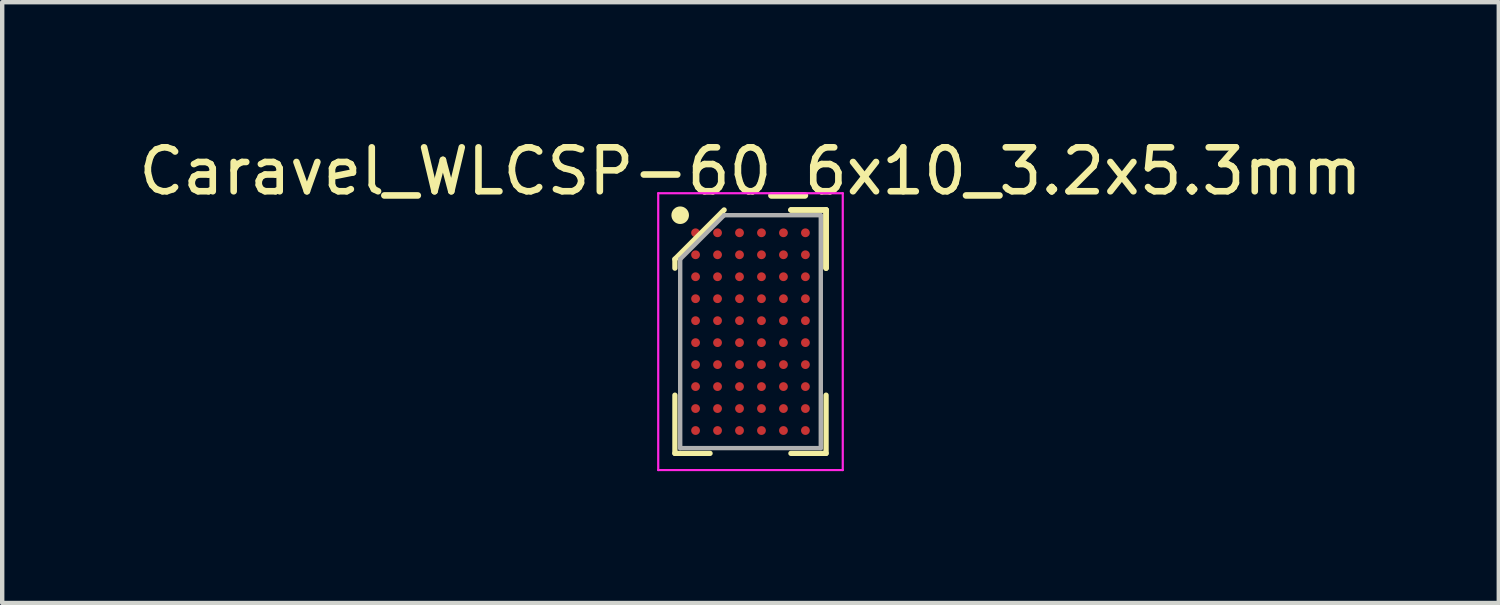
<source format=kicad_pcb>
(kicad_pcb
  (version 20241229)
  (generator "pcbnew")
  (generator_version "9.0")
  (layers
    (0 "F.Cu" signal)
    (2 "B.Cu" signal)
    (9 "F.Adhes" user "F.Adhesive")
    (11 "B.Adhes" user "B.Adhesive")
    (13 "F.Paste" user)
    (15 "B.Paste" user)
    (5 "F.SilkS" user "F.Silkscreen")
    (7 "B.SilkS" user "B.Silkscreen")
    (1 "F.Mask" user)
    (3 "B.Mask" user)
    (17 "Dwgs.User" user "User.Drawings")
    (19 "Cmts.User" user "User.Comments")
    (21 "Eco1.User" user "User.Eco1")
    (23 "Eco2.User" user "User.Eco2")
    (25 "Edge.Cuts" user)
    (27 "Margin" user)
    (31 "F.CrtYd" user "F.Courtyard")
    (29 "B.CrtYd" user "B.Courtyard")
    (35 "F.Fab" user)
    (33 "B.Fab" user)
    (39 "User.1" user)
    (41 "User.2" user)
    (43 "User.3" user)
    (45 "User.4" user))
  (footprint "Caravel_WLCSP-60_6x10_3.2x5.3mm"
    (layer "F.Cu")
    (at 14.03 4.498)
    (property "Reference" "Caravel_WLCSP-60_6x10_3.2x5.3mm" (at 0 -3.65 0) (layer "F.SilkS") (effects (font (size 1 1) (thickness 0.15))))
    (attr through_hole)
    (fp_line (start -1.72 -1.65) (end -1.72 -1.445) (stroke (width 0.12) (type default)) (layer "F.SilkS"))
    (fp_line (start -1.72 2.77) (end -1.72 1.445) (stroke (width 0.12) (type default)) (layer "F.SilkS"))
    (fp_line (start -0.92 2.77) (end -1.72 2.77) (stroke (width 0.12) (type default)) (layer "F.SilkS"))
    (fp_line (start -0.6 -2.77) (end -1.72 -1.65) (stroke (width 0.12) (type default)) (layer "F.SilkS"))
    (fp_line (start 0.92 -2.77) (end 1.72 -2.77) (stroke (width 0.12) (type default)) (layer "F.SilkS"))
    (fp_line (start 0.92 -2.77) (end 1.72 -2.77) (stroke (width 0.12) (type default)) (layer "F.SilkS"))
    (fp_line (start 0.92 -2.77) (end 1.72 -2.77) (stroke (width 0.12) (type default)) (layer "F.SilkS"))
    (fp_line (start 0.92 2.77) (end 1.72 2.77) (stroke (width 0.12) (type default)) (layer "F.SilkS"))
    (fp_line (start 1.72 -2.77) (end 1.72 -1.445) (stroke (width 0.12) (type default)) (layer "F.SilkS"))
    (fp_line (start 1.72 -2.77) (end 1.72 -1.445) (stroke (width 0.12) (type default)) (layer "F.SilkS"))
    (fp_line (start 1.72 -2.77) (end 1.72 -1.445) (stroke (width 0.12) (type default)) (layer "F.SilkS"))
    (fp_line (start 1.72 2.77) (end 1.72 1.445) (stroke (width 0.12) (type default)) (layer "F.SilkS"))
    (fp_circle (center -1.6 -2.65) (end -1.6 -2.55) (stroke (width 0.2) (type default)) (fill no) (layer "F.SilkS"))
    (fp_line (start -2.1 -3.15) (end 2.1 -3.15) (stroke (width 0.05) (type default)) (layer "F.CrtYd"))
    (fp_line (start -2.1 3.15) (end -2.1 -3.15) (stroke (width 0.05) (type default)) (layer "F.CrtYd"))
    (fp_line (start 2.1 -3.15) (end 2.1 3.15) (stroke (width 0.05) (type default)) (layer "F.CrtYd"))
    (fp_line (start 2.1 3.15) (end -2.1 3.15) (stroke (width 0.05) (type default)) (layer "F.CrtYd"))
    (fp_line (start -1.6 -1.65) (end -1.6 2.65) (stroke (width 0.1) (type default)) (layer "F.Fab"))
    (fp_line (start -1.6 2.65) (end 1.6 2.65) (stroke (width 0.1) (type default)) (layer "F.Fab"))
    (fp_line (start -0.6 -2.65) (end -1.6 -1.65) (stroke (width 0.1) (type default)) (layer "F.Fab"))
    (fp_line (start 1.6 -2.65) (end -0.6 -2.65) (stroke (width 0.1) (type default)) (layer "F.Fab"))
    (fp_line (start 1.6 2.65) (end 1.6 -2.65) (stroke (width 0.1) (type default)) (layer "F.Fab"))
    (pad "A1" smd circle (at -1.25 -2.25) (size 0.2 0.2) (layers "F.Cu" "F.Mask" "F.Paste"))
    (pad "A2" smd circle (at -1.25 -1.75) (size 0.2 0.2) (layers "F.Cu" "F.Mask" "F.Paste"))
    (pad "A3" smd circle (at -1.25 -1.25) (size 0.2 0.2) (layers "F.Cu" "F.Mask" "F.Paste"))
    (pad "A4" smd circle (at -1.25 -0.75) (size 0.2 0.2) (layers "F.Cu" "F.Mask" "F.Paste"))
    (pad "A5" smd circle (at -1.25 -0.25) (size 0.2 0.2) (layers "F.Cu" "F.Mask" "F.Paste"))
    (pad "A6" smd circle (at -1.25 0.25) (size 0.2 0.2) (layers "F.Cu" "F.Mask" "F.Paste"))
    (pad "A7" smd circle (at -1.25 0.75) (size 0.2 0.2) (layers "F.Cu" "F.Mask" "F.Paste"))
    (pad "A8" smd circle (at -1.25 1.25) (size 0.2 0.2) (layers "F.Cu" "F.Mask" "F.Paste"))
    (pad "A9" smd circle (at -1.25 1.75) (size 0.2 0.2) (layers "F.Cu" "F.Mask" "F.Paste"))
    (pad "A10" smd circle (at -1.25 2.25) (size 0.2 0.2) (layers "F.Cu" "F.Mask" "F.Paste"))
    (pad "B1" smd circle (at -0.75 -2.25) (size 0.2 0.2) (layers "F.Cu" "F.Mask" "F.Paste"))
    (pad "B2" smd circle (at -0.75 -1.75) (size 0.2 0.2) (layers "F.Cu" "F.Mask" "F.Paste"))
    (pad "B3" smd circle (at -0.75 -1.25) (size 0.2 0.2) (layers "F.Cu" "F.Mask" "F.Paste"))
    (pad "B4" smd circle (at -0.75 -0.75) (size 0.2 0.2) (layers "F.Cu" "F.Mask" "F.Paste"))
    (pad "B5" smd circle (at -0.75 -0.25) (size 0.2 0.2) (layers "F.Cu" "F.Mask" "F.Paste"))
    (pad "B6" smd circle (at -0.75 0.25) (size 0.2 0.2) (layers "F.Cu" "F.Mask" "F.Paste"))
    (pad "B7" smd circle (at -0.75 0.75) (size 0.2 0.2) (layers "F.Cu" "F.Mask" "F.Paste"))
    (pad "B8" smd circle (at -0.75 1.25) (size 0.2 0.2) (layers "F.Cu" "F.Mask" "F.Paste"))
    (pad "B9" smd circle (at -0.75 1.75) (size 0.2 0.2) (layers "F.Cu" "F.Mask" "F.Paste"))
    (pad "B10" smd circle (at -0.75 2.25) (size 0.2 0.2) (layers "F.Cu" "F.Mask" "F.Paste"))
    (pad "C1" smd circle (at -0.25 -2.25) (size 0.2 0.2) (layers "F.Cu" "F.Mask" "F.Paste"))
    (pad "C2" smd circle (at -0.25 -1.75) (size 0.2 0.2) (layers "F.Cu" "F.Mask" "F.Paste"))
    (pad "C3" smd circle (at -0.25 -1.25) (size 0.2 0.2) (layers "F.Cu" "F.Mask" "F.Paste"))
    (pad "C4" smd circle (at -0.25 -0.75) (size 0.2 0.2) (layers "F.Cu" "F.Mask" "F.Paste"))
    (pad "C5" smd circle (at -0.25 -0.25) (size 0.2 0.2) (layers "F.Cu" "F.Mask" "F.Paste"))
    (pad "C6" smd circle (at -0.25 0.25) (size 0.2 0.2) (layers "F.Cu" "F.Mask" "F.Paste"))
    (pad "C7" smd circle (at -0.25 0.75) (size 0.2 0.2) (layers "F.Cu" "F.Mask" "F.Paste"))
    (pad "C8" smd circle (at -0.25 1.25) (size 0.2 0.2) (layers "F.Cu" "F.Mask" "F.Paste"))
    (pad "C9" smd circle (at -0.25 1.75) (size 0.2 0.2) (layers "F.Cu" "F.Mask" "F.Paste"))
    (pad "C10" smd circle (at -0.25 2.25) (size 0.2 0.2) (layers "F.Cu" "F.Mask" "F.Paste"))
    (pad "D1" smd circle (at 0.25 -2.25) (size 0.2 0.2) (layers "F.Cu" "F.Mask" "F.Paste"))
    (pad "D2" smd circle (at 0.25 -1.75) (size 0.2 0.2) (layers "F.Cu" "F.Mask" "F.Paste"))
    (pad "D3" smd circle (at 0.25 -1.25) (size 0.2 0.2) (layers "F.Cu" "F.Mask" "F.Paste"))
    (pad "D4" smd circle (at 0.25 -0.75) (size 0.2 0.2) (layers "F.Cu" "F.Mask" "F.Paste"))
    (pad "D5" smd circle (at 0.25 -0.25) (size 0.2 0.2) (layers "F.Cu" "F.Mask" "F.Paste"))
    (pad "D6" smd circle (at 0.25 0.25) (size 0.2 0.2) (layers "F.Cu" "F.Mask" "F.Paste"))
    (pad "D7" smd circle (at 0.25 0.75) (size 0.2 0.2) (layers "F.Cu" "F.Mask" "F.Paste"))
    (pad "D8" smd circle (at 0.25 1.25) (size 0.2 0.2) (layers "F.Cu" "F.Mask" "F.Paste"))
    (pad "D9" smd circle (at 0.25 1.75) (size 0.2 0.2) (layers "F.Cu" "F.Mask" "F.Paste"))
    (pad "D10" smd circle (at 0.25 2.25) (size 0.2 0.2) (layers "F.Cu" "F.Mask" "F.Paste"))
    (pad "E1" smd circle (at 0.75 -2.25) (size 0.2 0.2) (layers "F.Cu" "F.Mask" "F.Paste"))
    (pad "E2" smd circle (at 0.75 -1.75) (size 0.2 0.2) (layers "F.Cu" "F.Mask" "F.Paste"))
    (pad "E3" smd circle (at 0.75 -1.25) (size 0.2 0.2) (layers "F.Cu" "F.Mask" "F.Paste"))
    (pad "E4" smd circle (at 0.75 -0.75) (size 0.2 0.2) (layers "F.Cu" "F.Mask" "F.Paste"))
    (pad "E5" smd circle (at 0.75 -0.25) (size 0.2 0.2) (layers "F.Cu" "F.Mask" "F.Paste"))
    (pad "E6" smd circle (at 0.75 0.25) (size 0.2 0.2) (layers "F.Cu" "F.Mask" "F.Paste"))
    (pad "E7" smd circle (at 0.75 0.75) (size 0.2 0.2) (layers "F.Cu" "F.Mask" "F.Paste"))
    (pad "E8" smd circle (at 0.75 1.25) (size 0.2 0.2) (layers "F.Cu" "F.Mask" "F.Paste"))
    (pad "E9" smd circle (at 0.75 1.75) (size 0.2 0.2) (layers "F.Cu" "F.Mask" "F.Paste"))
    (pad "E10" smd circle (at 0.75 2.25) (size 0.2 0.2) (layers "F.Cu" "F.Mask" "F.Paste"))
    (pad "F1" smd circle (at 1.25 -2.25) (size 0.2 0.2) (layers "F.Cu" "F.Mask" "F.Paste"))
    (pad "F2" smd circle (at 1.25 -1.75) (size 0.2 0.2) (layers "F.Cu" "F.Mask" "F.Paste"))
    (pad "F3" smd circle (at 1.25 -1.25) (size 0.2 0.2) (layers "F.Cu" "F.Mask" "F.Paste"))
    (pad "F4" smd circle (at 1.25 -0.75) (size 0.2 0.2) (layers "F.Cu" "F.Mask" "F.Paste"))
    (pad "F5" smd circle (at 1.25 -0.25) (size 0.2 0.2) (layers "F.Cu" "F.Mask" "F.Paste"))
    (pad "F6" smd circle (at 1.25 0.25) (size 0.2 0.2) (layers "F.Cu" "F.Mask" "F.Paste"))
    (pad "F7" smd circle (at 1.25 0.75) (size 0.2 0.2) (layers "F.Cu" "F.Mask" "F.Paste"))
    (pad "F8" smd circle (at 1.25 1.25) (size 0.2 0.2) (layers "F.Cu" "F.Mask" "F.Paste"))
    (pad "F9" smd circle (at 1.25 1.75) (size 0.2 0.2) (layers "F.Cu" "F.Mask" "F.Paste"))
    (pad "F10" smd circle (at 1.25 2.25) (size 0.2 0.2) (layers "F.Cu" "F.Mask" "F.Paste")))
  (gr_rect
    (start -3 -3)
    (end 31.06 10.673)
    (stroke (width 0.1) (type default))
    (fill no)
    (layer "Edge.Cuts")))
</source>
